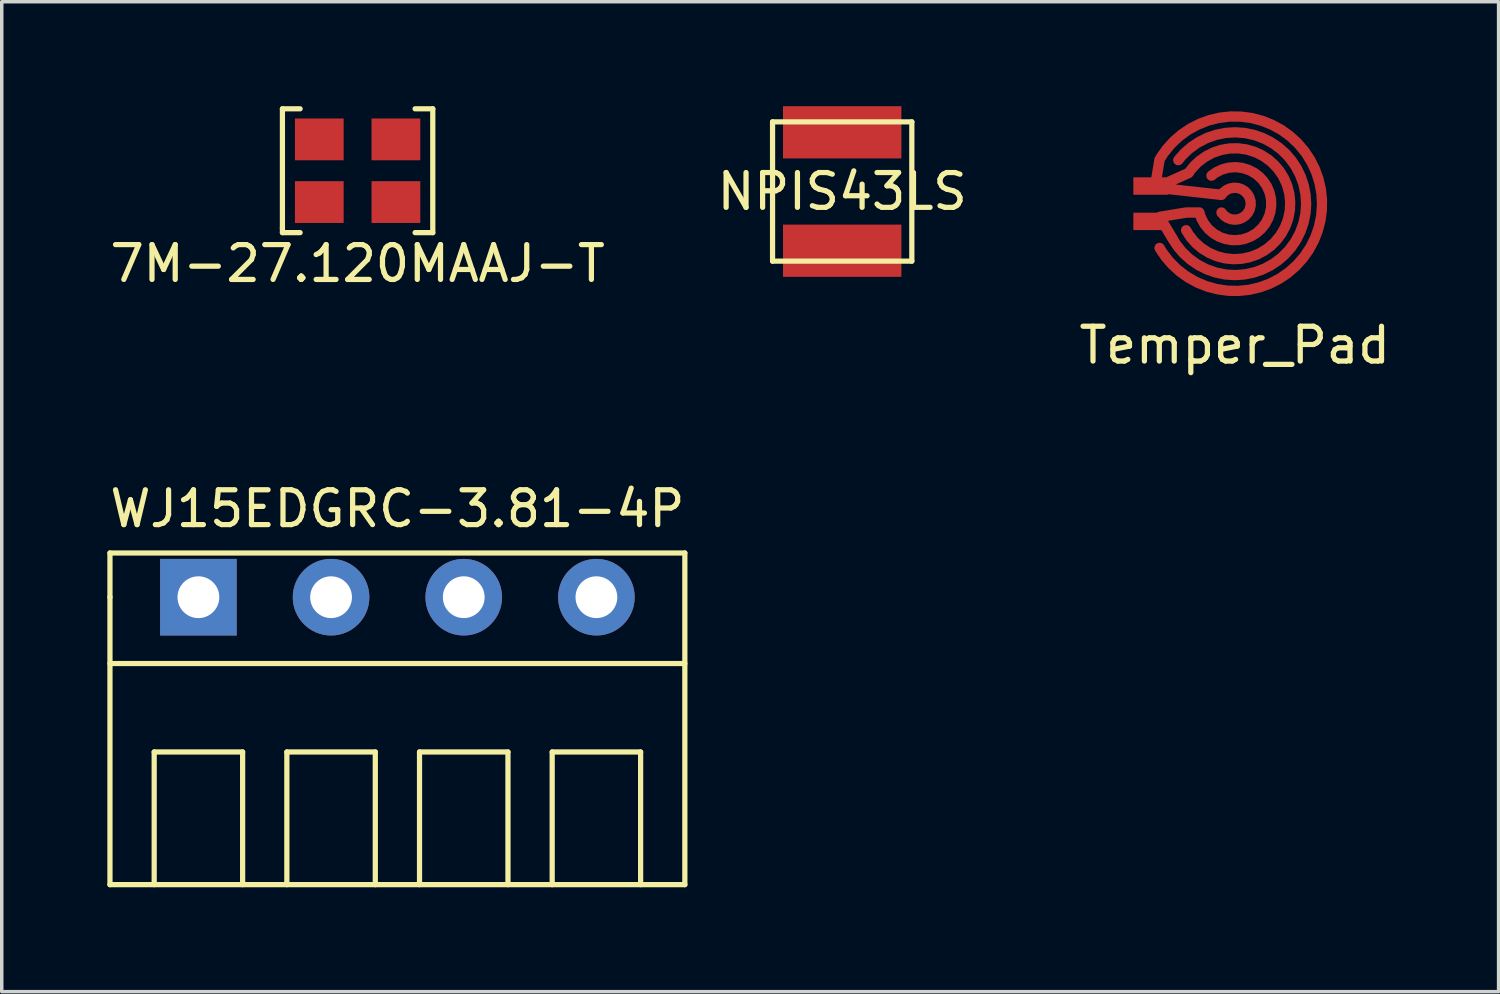
<source format=kicad_pcb>
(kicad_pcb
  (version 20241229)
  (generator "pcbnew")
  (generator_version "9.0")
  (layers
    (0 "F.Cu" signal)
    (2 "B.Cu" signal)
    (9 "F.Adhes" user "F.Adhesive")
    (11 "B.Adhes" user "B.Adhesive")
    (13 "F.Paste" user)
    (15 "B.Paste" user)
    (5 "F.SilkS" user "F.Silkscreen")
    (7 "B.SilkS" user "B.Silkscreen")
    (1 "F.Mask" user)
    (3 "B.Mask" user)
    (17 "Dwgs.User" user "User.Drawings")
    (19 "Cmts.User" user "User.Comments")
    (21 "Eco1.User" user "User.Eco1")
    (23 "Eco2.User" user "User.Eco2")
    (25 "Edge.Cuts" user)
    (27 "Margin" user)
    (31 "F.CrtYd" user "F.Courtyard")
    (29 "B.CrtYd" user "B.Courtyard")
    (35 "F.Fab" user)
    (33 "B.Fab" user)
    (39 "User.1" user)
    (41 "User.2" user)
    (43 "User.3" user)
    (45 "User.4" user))
  (footprint "7M-27.120MAAJ-T"
    (layer "F.Cu")
    (at 7.22 1.853)
    (property "Reference" "7M-27.120MAAJ-T" (at 0 2.667 0) (layer "F.SilkS") (effects (font (size 1 1) (thickness 0.15))))
    (attr through_hole)
    (fp_line (start -2.159 -1.778) (end -2.159 1.651) (stroke (width 0.15) (type solid)) (layer "F.SilkS"))
    (fp_line (start -2.159 1.651) (end -2.159 1.778) (stroke (width 0.15) (type solid)) (layer "F.SilkS"))
    (fp_line (start -2.159 1.778) (end -1.651 1.778) (stroke (width 0.15) (type solid)) (layer "F.SilkS"))
    (fp_line (start -1.651 -1.778) (end -2.159 -1.778) (stroke (width 0.15) (type solid)) (layer "F.SilkS"))
    (fp_line (start 1.651 1.778) (end 2.159 1.778) (stroke (width 0.15) (type solid)) (layer "F.SilkS"))
    (fp_line (start 2.159 -1.778) (end 1.651 -1.778) (stroke (width 0.15) (type solid)) (layer "F.SilkS"))
    (fp_line (start 2.159 1.778) (end 2.159 -1.778) (stroke (width 0.15) (type solid)) (layer "F.SilkS"))
    (pad "1" smd rect (at -1.1 0.9) (size 1.4 1.2) (layers "F.Cu" "F.Mask" "F.Paste"))
    (pad "2" smd rect (at 1.1 0.9 180) (size 1.4 1.2) (layers "F.Cu" "F.Mask" "F.Paste"))
    (pad "3" smd rect (at 1.1 -0.9 180) (size 1.4 1.2) (layers "F.Cu" "F.Mask" "F.Paste"))
    (pad "4" smd rect (at -1.1 -0.9) (size 1.4 1.2) (layers "F.Cu" "F.Mask" "F.Paste")))
  (footprint "WJ15EDGRC-3.81-4P"
    (layer "F.Cu")
    (at 8.363 14.101)
    (property "Reference" "WJ15EDGRC-3.81-4P" (at 0 -2.54 0) (layer "F.SilkS") (effects (font (size 1 1) (thickness 0.15))))
    (attr through_hole)
    (fp_line (start -8.255 -1.27) (end 8.255 -1.27) (stroke (width 0.15) (type solid)) (layer "F.SilkS"))
    (fp_line (start -8.255 0) (end -8.255 -1.27) (stroke (width 0.15) (type solid)) (layer "F.SilkS"))
    (fp_line (start -8.255 1.905) (end 8.255 1.905) (stroke (width 0.15) (type solid)) (layer "F.SilkS"))
    (fp_line (start -8.255 8.255) (end -8.255 0) (stroke (width 0.15) (type solid)) (layer "F.SilkS"))
    (fp_line (start -6.985 4.445) (end -4.445 4.445) (stroke (width 0.15) (type solid)) (layer "F.SilkS"))
    (fp_line (start -6.985 8.255) (end -6.985 4.445) (stroke (width 0.15) (type solid)) (layer "F.SilkS"))
    (fp_line (start -4.445 4.445) (end -4.445 8.255) (stroke (width 0.15) (type solid)) (layer "F.SilkS"))
    (fp_line (start -3.175 4.445) (end -3.175 8.255) (stroke (width 0.15) (type solid)) (layer "F.SilkS"))
    (fp_line (start -3.175 4.445) (end -0.635 4.445) (stroke (width 0.15) (type solid)) (layer "F.SilkS"))
    (fp_line (start -0.635 4.445) (end -0.635 8.255) (stroke (width 0.15) (type solid)) (layer "F.SilkS"))
    (fp_line (start 0.635 4.445) (end 0.635 8.255) (stroke (width 0.15) (type solid)) (layer "F.SilkS"))
    (fp_line (start 0.635 4.445) (end 3.175 4.445) (stroke (width 0.15) (type solid)) (layer "F.SilkS"))
    (fp_line (start 3.175 4.445) (end 3.175 8.255) (stroke (width 0.15) (type solid)) (layer "F.SilkS"))
    (fp_line (start 4.445 4.445) (end 4.445 8.255) (stroke (width 0.15) (type solid)) (layer "F.SilkS"))
    (fp_line (start 4.445 4.445) (end 6.985 4.445) (stroke (width 0.15) (type solid)) (layer "F.SilkS"))
    (fp_line (start 6.985 4.445) (end 6.985 8.255) (stroke (width 0.15) (type solid)) (layer "F.SilkS"))
    (fp_line (start 8.255 -1.27) (end 8.255 8.255) (stroke (width 0.15) (type solid)) (layer "F.SilkS"))
    (fp_line (start 8.255 8.255) (end -8.255 8.255) (stroke (width 0.15) (type solid)) (layer "F.SilkS"))
    (pad "1" thru_hole rect (at -5.715 0) (size 2.2 2.2) (drill 1.2) (layers "*.Cu" "*.Mask"))
    (pad "2" thru_hole circle (at -1.905 0) (size 2.2 2.2) (drill 1.2) (layers "*.Cu" "*.Mask"))
    (pad "3" thru_hole circle (at 1.905 0) (size 2.2 2.2) (drill 1.2) (layers "*.Cu" "*.Mask"))
    (pad "4" thru_hole circle (at 5.715 0) (size 2.2 2.2) (drill 1.2) (layers "*.Cu" "*.Mask")))
  (footprint "Temper_Pad"
    (layer "F.Cu")
    (at 32.411 2.8)
    (property "Reference" "Temper_Pad" (at 0 4.064 0) (layer "F.SilkS") (effects (font (size 1 1) (thickness 0.15))))
    (attr through_hole)
    (fp_circle (center 0 0) (end 1.4 0) (stroke (width 2.8) (type solid)) (fill no) (layer "F.Mask"))
    (pad "1" smd custom (at -2.413 -0.508) (size 1 0.5) (layers "F.Cu" "F.Mask") (options (anchor rect)) (primitives (gr_arc (start 2.08927 0.184157) (mid 2.868671 0.553161) (end 2.032001 0.761999) (width 0.3)) (gr_arc (start 1.088947 -0.374685) (mid 4.002741 0.578509) (end 1.016001 1.269999) (width 0.3)) (gr_line (start 2.032 0.254) (end -0.254 0) (width 0.3)) (gr_arc (start 0.289582 -0.820635) (mid 4.917596 0.542294) (end 0.254001 1.777999) (width 0.3)) (gr_line (start 0.127 0) (end 0.254 -0.762) (width 0.3)) (gr_line (start 1.089 -0.375) (end 0.254 0) (width 0.3))))
    (pad "2" smd custom (at -2.413 0.508) (size 1 0.5) (layers "F.Cu" "F.Mask") (options (anchor rect)) (primitives (gr_arc (start 1.743529 -1.313345) (mid 3.408367 -0.182399) (end 1.397 -0.254) (width 0.3)) (gr_arc (start 0.791743 -1.759023) (mid 4.455935 -0.366752) (end 0.635001 0.507999) (width 0.3)) (gr_line (start 1.397 -0.254) (end 1.016 -0.254) (width 0.3)) (gr_line (start 1.016 -0.254) (end 0.254 -0.127) (width 0.3)) (gr_line (start 0.635 0.508) (end 0.254 -0.127) (width 0.3)))))
  (footprint "NPIS43LS"
    (layer "F.Cu")
    (at 21.137 2.45)
    (property "Reference" "NPIS43LS" (at 0 0 0) (layer "F.SilkS") (effects (font (size 1 1) (thickness 0.15))))
    (attr through_hole)
    (fp_line (start -2 -2) (end 2 -2) (stroke (width 0.15) (type solid)) (layer "F.SilkS"))
    (fp_line (start -2 2) (end -2 -2) (stroke (width 0.15) (type solid)) (layer "F.SilkS"))
    (fp_line (start 2 -2) (end 2 2) (stroke (width 0.15) (type solid)) (layer "F.SilkS"))
    (fp_line (start 2 2) (end -2 2) (stroke (width 0.15) (type solid)) (layer "F.SilkS"))
    (pad "1" smd rect (at 0 -0.95) (size 3.4 1.5) (drill (offset 0 -0.75)) (layers "F.Cu" "F.Mask" "F.Paste"))
    (pad "2" smd rect (at 0 0.95) (size 3.4 1.5) (drill (offset 0 0.75)) (layers "F.Cu" "F.Mask" "F.Paste")))
  (gr_rect
    (start -3 -3)
    (end 39.988 25.43)
    (stroke (width 0.1) (type default))
    (fill no)
    (layer "Edge.Cuts")))
</source>
